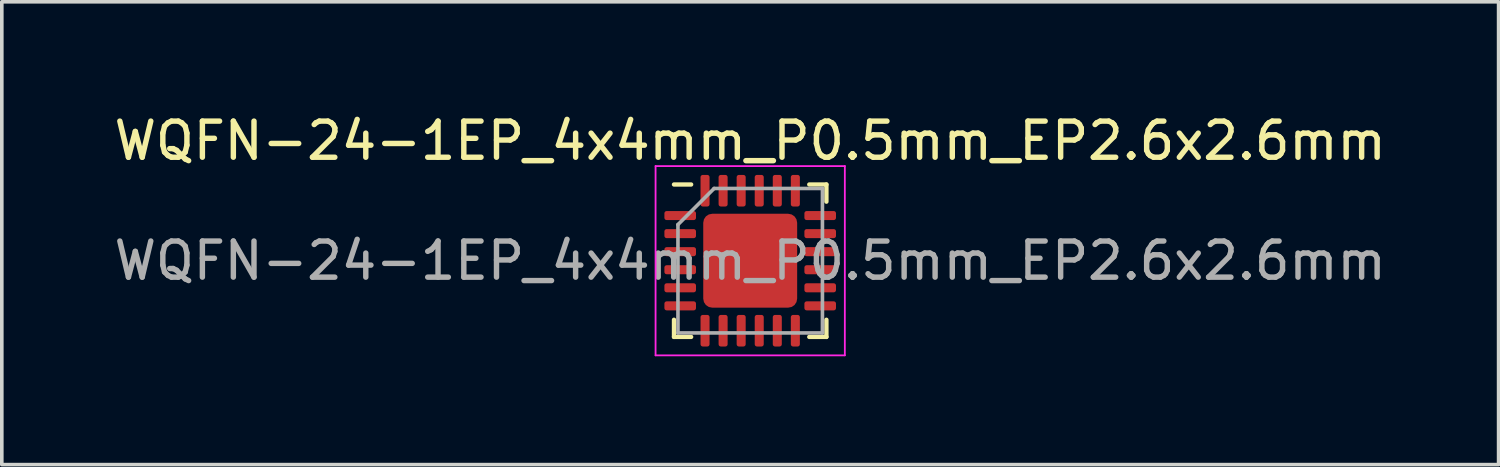
<source format=kicad_pcb>
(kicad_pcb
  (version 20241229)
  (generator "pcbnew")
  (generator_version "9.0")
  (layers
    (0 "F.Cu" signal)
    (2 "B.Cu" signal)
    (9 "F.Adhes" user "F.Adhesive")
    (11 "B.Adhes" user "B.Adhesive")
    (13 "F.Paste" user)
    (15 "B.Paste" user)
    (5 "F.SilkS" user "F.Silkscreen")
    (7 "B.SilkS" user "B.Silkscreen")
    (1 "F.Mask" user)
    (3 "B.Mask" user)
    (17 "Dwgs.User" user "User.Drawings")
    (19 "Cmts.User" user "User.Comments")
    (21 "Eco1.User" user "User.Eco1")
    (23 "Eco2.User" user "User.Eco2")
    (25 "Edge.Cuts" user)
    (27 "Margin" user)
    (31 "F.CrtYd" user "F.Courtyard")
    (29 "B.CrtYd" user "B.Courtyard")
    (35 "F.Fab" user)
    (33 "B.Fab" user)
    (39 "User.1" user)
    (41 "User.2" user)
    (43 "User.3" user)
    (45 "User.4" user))
  (footprint "WQFN-24-1EP_4x4mm_P0.5mm_EP2.6x2.6mm"
    (layer "F.Cu")
    (at 17.72 4.168)
    (property "Reference" "WQFN-24-1EP_4x4mm_P0.5mm_EP2.6x2.6mm" (at 0 -3.32 0) (layer "F.SilkS") (effects (font (size 1 1) (thickness 0.15))))
    (attr smd)
    (fp_line (start -2.11 2.11) (end -2.11 1.635) (stroke (width 0.12) (type solid)) (layer "F.SilkS"))
    (fp_line (start -1.635 -2.11) (end -2.11 -2.11) (stroke (width 0.12) (type solid)) (layer "F.SilkS"))
    (fp_line (start -1.635 2.11) (end -2.11 2.11) (stroke (width 0.12) (type solid)) (layer "F.SilkS"))
    (fp_line (start 1.635 -2.11) (end 2.11 -2.11) (stroke (width 0.12) (type solid)) (layer "F.SilkS"))
    (fp_line (start 1.635 2.11) (end 2.11 2.11) (stroke (width 0.12) (type solid)) (layer "F.SilkS"))
    (fp_line (start 2.11 -2.11) (end 2.11 -1.635) (stroke (width 0.12) (type solid)) (layer "F.SilkS"))
    (fp_line (start 2.11 2.11) (end 2.11 1.635) (stroke (width 0.12) (type solid)) (layer "F.SilkS"))
    (fp_line (start -2.62 -2.62) (end -2.62 2.62) (stroke (width 0.05) (type solid)) (layer "F.CrtYd"))
    (fp_line (start -2.62 2.62) (end 2.62 2.62) (stroke (width 0.05) (type solid)) (layer "F.CrtYd"))
    (fp_line (start 2.62 -2.62) (end -2.62 -2.62) (stroke (width 0.05) (type solid)) (layer "F.CrtYd"))
    (fp_line (start 2.62 2.62) (end 2.62 -2.62) (stroke (width 0.05) (type solid)) (layer "F.CrtYd"))
    (fp_line (start -2 -1) (end -1 -2) (stroke (width 0.1) (type solid)) (layer "F.Fab"))
    (fp_line (start -2 2) (end -2 -1) (stroke (width 0.1) (type solid)) (layer "F.Fab"))
    (fp_line (start -1 -2) (end 2 -2) (stroke (width 0.1) (type solid)) (layer "F.Fab"))
    (fp_line (start 2 -2) (end 2 2) (stroke (width 0.1) (type solid)) (layer "F.Fab"))
    (fp_line (start 2 2) (end -2 2) (stroke (width 0.1) (type solid)) (layer "F.Fab"))
    (fp_text user "${REFERENCE}" (at 0 0 0) (layer "F.Fab") (effects (font (size 1 1) (thickness 0.15))))
    (pad "" smd roundrect (at -0.65 -0.65) (size 1.05 1.05) (layers "F.Paste") (roundrect_rratio 0.238))
    (pad "" smd roundrect (at -0.65 0.65) (size 1.05 1.05) (layers "F.Paste") (roundrect_rratio 0.238))
    (pad "" smd roundrect (at 0.65 -0.65) (size 1.05 1.05) (layers "F.Paste") (roundrect_rratio 0.238))
    (pad "" smd roundrect (at 0.65 0.65) (size 1.05 1.05) (layers "F.Paste") (roundrect_rratio 0.238))
    (pad "1" smd roundrect (at -1.938 -1.25) (size 0.875 0.25) (layers "F.Cu" "F.Mask" "F.Paste") (roundrect_rratio 0.25))
    (pad "2" smd roundrect (at -1.938 -0.75) (size 0.875 0.25) (layers "F.Cu" "F.Mask" "F.Paste") (roundrect_rratio 0.25))
    (pad "3" smd roundrect (at -1.938 -0.25) (size 0.875 0.25) (layers "F.Cu" "F.Mask" "F.Paste") (roundrect_rratio 0.25))
    (pad "4" smd roundrect (at -1.938 0.25) (size 0.875 0.25) (layers "F.Cu" "F.Mask" "F.Paste") (roundrect_rratio 0.25))
    (pad "5" smd roundrect (at -1.938 0.75) (size 0.875 0.25) (layers "F.Cu" "F.Mask" "F.Paste") (roundrect_rratio 0.25))
    (pad "6" smd roundrect (at -1.938 1.25) (size 0.875 0.25) (layers "F.Cu" "F.Mask" "F.Paste") (roundrect_rratio 0.25))
    (pad "7" smd roundrect (at -1.25 1.938) (size 0.25 0.875) (layers "F.Cu" "F.Mask" "F.Paste") (roundrect_rratio 0.25))
    (pad "8" smd roundrect (at -0.75 1.938) (size 0.25 0.875) (layers "F.Cu" "F.Mask" "F.Paste") (roundrect_rratio 0.25))
    (pad "9" smd roundrect (at -0.25 1.938) (size 0.25 0.875) (layers "F.Cu" "F.Mask" "F.Paste") (roundrect_rratio 0.25))
    (pad "10" smd roundrect (at 0.25 1.938) (size 0.25 0.875) (layers "F.Cu" "F.Mask" "F.Paste") (roundrect_rratio 0.25))
    (pad "11" smd roundrect (at 0.75 1.938) (size 0.25 0.875) (layers "F.Cu" "F.Mask" "F.Paste") (roundrect_rratio 0.25))
    (pad "12" smd roundrect (at 1.25 1.938) (size 0.25 0.875) (layers "F.Cu" "F.Mask" "F.Paste") (roundrect_rratio 0.25))
    (pad "13" smd roundrect (at 1.938 1.25) (size 0.875 0.25) (layers "F.Cu" "F.Mask" "F.Paste") (roundrect_rratio 0.25))
    (pad "14" smd roundrect (at 1.938 0.75) (size 0.875 0.25) (layers "F.Cu" "F.Mask" "F.Paste") (roundrect_rratio 0.25))
    (pad "15" smd roundrect (at 1.938 0.25) (size 0.875 0.25) (layers "F.Cu" "F.Mask" "F.Paste") (roundrect_rratio 0.25))
    (pad "16" smd roundrect (at 1.938 -0.25) (size 0.875 0.25) (layers "F.Cu" "F.Mask" "F.Paste") (roundrect_rratio 0.25))
    (pad "17" smd roundrect (at 1.938 -0.75) (size 0.875 0.25) (layers "F.Cu" "F.Mask" "F.Paste") (roundrect_rratio 0.25))
    (pad "18" smd roundrect (at 1.938 -1.25) (size 0.875 0.25) (layers "F.Cu" "F.Mask" "F.Paste") (roundrect_rratio 0.25))
    (pad "19" smd roundrect (at 1.25 -1.938) (size 0.25 0.875) (layers "F.Cu" "F.Mask" "F.Paste") (roundrect_rratio 0.25))
    (pad "20" smd roundrect (at 0.75 -1.938) (size 0.25 0.875) (layers "F.Cu" "F.Mask" "F.Paste") (roundrect_rratio 0.25))
    (pad "21" smd roundrect (at 0.25 -1.938) (size 0.25 0.875) (layers "F.Cu" "F.Mask" "F.Paste") (roundrect_rratio 0.25))
    (pad "22" smd roundrect (at -0.25 -1.938) (size 0.25 0.875) (layers "F.Cu" "F.Mask" "F.Paste") (roundrect_rratio 0.25))
    (pad "23" smd roundrect (at -0.75 -1.938) (size 0.25 0.875) (layers "F.Cu" "F.Mask" "F.Paste") (roundrect_rratio 0.25))
    (pad "24" smd roundrect (at -1.25 -1.938) (size 0.25 0.875) (layers "F.Cu" "F.Mask" "F.Paste") (roundrect_rratio 0.25))
    (pad "25" smd roundrect (at 0 0) (size 2.6 2.6) (layers "F.Cu" "F.Mask") (roundrect_rratio 0.096)))
  (gr_rect
    (start -3 -3)
    (end 38.44 9.813)
    (stroke (width 0.1) (type default))
    (fill no)
    (layer "Edge.Cuts")))
</source>
